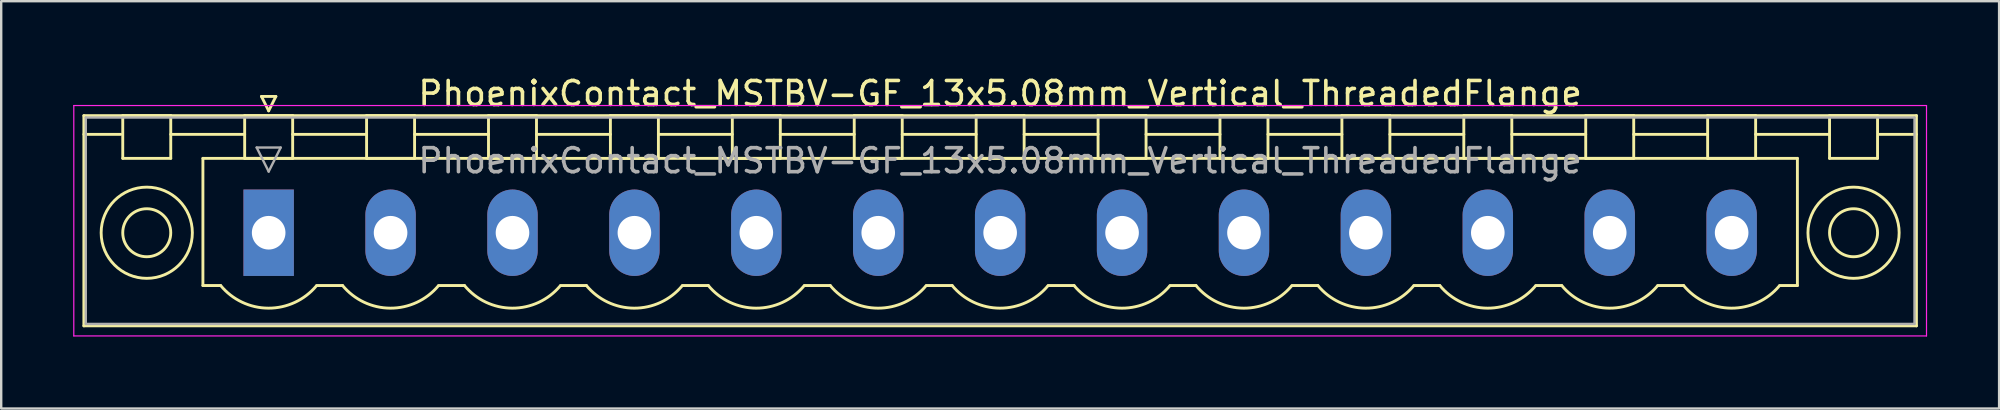
<source format=kicad_pcb>
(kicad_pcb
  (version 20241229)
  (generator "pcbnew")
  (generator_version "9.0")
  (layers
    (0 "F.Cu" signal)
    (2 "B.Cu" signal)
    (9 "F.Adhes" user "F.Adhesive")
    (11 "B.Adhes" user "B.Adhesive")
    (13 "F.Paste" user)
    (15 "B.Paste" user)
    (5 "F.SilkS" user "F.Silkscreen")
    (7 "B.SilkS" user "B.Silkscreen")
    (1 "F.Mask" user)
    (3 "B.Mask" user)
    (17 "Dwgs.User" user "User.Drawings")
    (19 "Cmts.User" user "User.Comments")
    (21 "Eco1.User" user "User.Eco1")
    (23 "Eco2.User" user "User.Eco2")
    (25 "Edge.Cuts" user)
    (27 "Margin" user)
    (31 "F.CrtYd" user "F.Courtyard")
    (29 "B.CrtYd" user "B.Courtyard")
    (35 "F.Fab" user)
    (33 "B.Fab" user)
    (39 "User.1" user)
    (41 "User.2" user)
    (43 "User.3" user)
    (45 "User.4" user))
  (footprint "PhoenixContact_MSTBV-GF_13x5.08mm_Vertical_ThreadedFlange"
    (layer "F.Cu")
    (at 8.145 6.648)
    (property "Reference" "PhoenixContact_MSTBV-GF_13x5.08mm_Vertical_ThreadedFlange" (at 30.48 -5.8 0) (layer "F.SilkS") (effects (font (size 1 1) (thickness 0.15))))
    (attr through_hole)
    (fp_line (start -7.7 -4.88) (end -7.7 3.88) (stroke (width 0.12) (type solid)) (layer "F.SilkS"))
    (fp_line (start -7.7 -4.1) (end -6.16 -4.1) (stroke (width 0.12) (type solid)) (layer "F.SilkS"))
    (fp_line (start -7.7 3.88) (end 68.66 3.88) (stroke (width 0.12) (type solid)) (layer "F.SilkS"))
    (fp_line (start -6.08 -4.88) (end -4.08 -4.88) (stroke (width 0.12) (type solid)) (layer "F.SilkS"))
    (fp_line (start -6.08 -3.1) (end -6.08 -4.88) (stroke (width 0.12) (type solid)) (layer "F.SilkS"))
    (fp_line (start -4.08 -4.88) (end -4.08 -3.1) (stroke (width 0.12) (type solid)) (layer "F.SilkS"))
    (fp_line (start -4.08 -4.1) (end -1 -4.1) (stroke (width 0.12) (type solid)) (layer "F.SilkS"))
    (fp_line (start -4.08 -3.1) (end -6.08 -3.1) (stroke (width 0.12) (type solid)) (layer "F.SilkS"))
    (fp_line (start -2.74 -3.1) (end 63.7 -3.1) (stroke (width 0.12) (type solid)) (layer "F.SilkS"))
    (fp_line (start -2.74 2.2) (end -2.74 -3.1) (stroke (width 0.12) (type solid)) (layer "F.SilkS"))
    (fp_line (start -2 2.2) (end -2.74 2.2) (stroke (width 0.12) (type solid)) (layer "F.SilkS"))
    (fp_line (start -1 -4.88) (end 1 -4.88) (stroke (width 0.12) (type solid)) (layer "F.SilkS"))
    (fp_line (start -1 -3.1) (end -1 -4.88) (stroke (width 0.12) (type solid)) (layer "F.SilkS"))
    (fp_line (start -0.3 -5.68) (end 0.3 -5.68) (stroke (width 0.12) (type solid)) (layer "F.SilkS"))
    (fp_line (start 0 -5.08) (end -0.3 -5.68) (stroke (width 0.12) (type solid)) (layer "F.SilkS"))
    (fp_line (start 0.3 -5.68) (end 0 -5.08) (stroke (width 0.12) (type solid)) (layer "F.SilkS"))
    (fp_line (start 1 -4.88) (end 1 -3.1) (stroke (width 0.12) (type solid)) (layer "F.SilkS"))
    (fp_line (start 1 -4.1) (end 4.08 -4.1) (stroke (width 0.12) (type solid)) (layer "F.SilkS"))
    (fp_line (start 1 -3.1) (end -1 -3.1) (stroke (width 0.12) (type solid)) (layer "F.SilkS"))
    (fp_line (start 2 2.2) (end 3.08 2.2) (stroke (width 0.12) (type solid)) (layer "F.SilkS"))
    (fp_line (start 4.08 -4.88) (end 6.08 -4.88) (stroke (width 0.12) (type solid)) (layer "F.SilkS"))
    (fp_line (start 4.08 -3.1) (end 4.08 -4.88) (stroke (width 0.12) (type solid)) (layer "F.SilkS"))
    (fp_line (start 6.08 -4.88) (end 6.08 -3.1) (stroke (width 0.12) (type solid)) (layer "F.SilkS"))
    (fp_line (start 6.08 -4.1) (end 9.16 -4.1) (stroke (width 0.12) (type solid)) (layer "F.SilkS"))
    (fp_line (start 6.08 -3.1) (end 4.08 -3.1) (stroke (width 0.12) (type solid)) (layer "F.SilkS"))
    (fp_line (start 7.08 2.2) (end 8.16 2.2) (stroke (width 0.12) (type solid)) (layer "F.SilkS"))
    (fp_line (start 9.16 -4.88) (end 11.16 -4.88) (stroke (width 0.12) (type solid)) (layer "F.SilkS"))
    (fp_line (start 9.16 -3.1) (end 9.16 -4.88) (stroke (width 0.12) (type solid)) (layer "F.SilkS"))
    (fp_line (start 11.16 -4.88) (end 11.16 -3.1) (stroke (width 0.12) (type solid)) (layer "F.SilkS"))
    (fp_line (start 11.16 -4.1) (end 14.24 -4.1) (stroke (width 0.12) (type solid)) (layer "F.SilkS"))
    (fp_line (start 11.16 -3.1) (end 9.16 -3.1) (stroke (width 0.12) (type solid)) (layer "F.SilkS"))
    (fp_line (start 12.16 2.2) (end 13.24 2.2) (stroke (width 0.12) (type solid)) (layer "F.SilkS"))
    (fp_line (start 14.24 -4.88) (end 16.24 -4.88) (stroke (width 0.12) (type solid)) (layer "F.SilkS"))
    (fp_line (start 14.24 -3.1) (end 14.24 -4.88) (stroke (width 0.12) (type solid)) (layer "F.SilkS"))
    (fp_line (start 16.24 -4.88) (end 16.24 -3.1) (stroke (width 0.12) (type solid)) (layer "F.SilkS"))
    (fp_line (start 16.24 -4.1) (end 19.32 -4.1) (stroke (width 0.12) (type solid)) (layer "F.SilkS"))
    (fp_line (start 16.24 -3.1) (end 14.24 -3.1) (stroke (width 0.12) (type solid)) (layer "F.SilkS"))
    (fp_line (start 17.24 2.2) (end 18.32 2.2) (stroke (width 0.12) (type solid)) (layer "F.SilkS"))
    (fp_line (start 19.32 -4.88) (end 21.32 -4.88) (stroke (width 0.12) (type solid)) (layer "F.SilkS"))
    (fp_line (start 19.32 -3.1) (end 19.32 -4.88) (stroke (width 0.12) (type solid)) (layer "F.SilkS"))
    (fp_line (start 21.32 -4.88) (end 21.32 -3.1) (stroke (width 0.12) (type solid)) (layer "F.SilkS"))
    (fp_line (start 21.32 -4.1) (end 24.4 -4.1) (stroke (width 0.12) (type solid)) (layer "F.SilkS"))
    (fp_line (start 21.32 -3.1) (end 19.32 -3.1) (stroke (width 0.12) (type solid)) (layer "F.SilkS"))
    (fp_line (start 22.32 2.2) (end 23.4 2.2) (stroke (width 0.12) (type solid)) (layer "F.SilkS"))
    (fp_line (start 24.4 -4.88) (end 26.4 -4.88) (stroke (width 0.12) (type solid)) (layer "F.SilkS"))
    (fp_line (start 24.4 -3.1) (end 24.4 -4.88) (stroke (width 0.12) (type solid)) (layer "F.SilkS"))
    (fp_line (start 26.4 -4.88) (end 26.4 -3.1) (stroke (width 0.12) (type solid)) (layer "F.SilkS"))
    (fp_line (start 26.4 -4.1) (end 29.48 -4.1) (stroke (width 0.12) (type solid)) (layer "F.SilkS"))
    (fp_line (start 26.4 -3.1) (end 24.4 -3.1) (stroke (width 0.12) (type solid)) (layer "F.SilkS"))
    (fp_line (start 27.4 2.2) (end 28.48 2.2) (stroke (width 0.12) (type solid)) (layer "F.SilkS"))
    (fp_line (start 29.48 -4.88) (end 31.48 -4.88) (stroke (width 0.12) (type solid)) (layer "F.SilkS"))
    (fp_line (start 29.48 -3.1) (end 29.48 -4.88) (stroke (width 0.12) (type solid)) (layer "F.SilkS"))
    (fp_line (start 31.48 -4.88) (end 31.48 -3.1) (stroke (width 0.12) (type solid)) (layer "F.SilkS"))
    (fp_line (start 31.48 -4.1) (end 34.56 -4.1) (stroke (width 0.12) (type solid)) (layer "F.SilkS"))
    (fp_line (start 31.48 -3.1) (end 29.48 -3.1) (stroke (width 0.12) (type solid)) (layer "F.SilkS"))
    (fp_line (start 32.48 2.2) (end 33.56 2.2) (stroke (width 0.12) (type solid)) (layer "F.SilkS"))
    (fp_line (start 34.56 -4.88) (end 36.56 -4.88) (stroke (width 0.12) (type solid)) (layer "F.SilkS"))
    (fp_line (start 34.56 -3.1) (end 34.56 -4.88) (stroke (width 0.12) (type solid)) (layer "F.SilkS"))
    (fp_line (start 36.56 -4.88) (end 36.56 -3.1) (stroke (width 0.12) (type solid)) (layer "F.SilkS"))
    (fp_line (start 36.56 -4.1) (end 39.64 -4.1) (stroke (width 0.12) (type solid)) (layer "F.SilkS"))
    (fp_line (start 36.56 -3.1) (end 34.56 -3.1) (stroke (width 0.12) (type solid)) (layer "F.SilkS"))
    (fp_line (start 37.56 2.2) (end 38.64 2.2) (stroke (width 0.12) (type solid)) (layer "F.SilkS"))
    (fp_line (start 39.64 -4.88) (end 41.64 -4.88) (stroke (width 0.12) (type solid)) (layer "F.SilkS"))
    (fp_line (start 39.64 -3.1) (end 39.64 -4.88) (stroke (width 0.12) (type solid)) (layer "F.SilkS"))
    (fp_line (start 41.64 -4.88) (end 41.64 -3.1) (stroke (width 0.12) (type solid)) (layer "F.SilkS"))
    (fp_line (start 41.64 -4.1) (end 44.72 -4.1) (stroke (width 0.12) (type solid)) (layer "F.SilkS"))
    (fp_line (start 41.64 -3.1) (end 39.64 -3.1) (stroke (width 0.12) (type solid)) (layer "F.SilkS"))
    (fp_line (start 42.64 2.2) (end 43.72 2.2) (stroke (width 0.12) (type solid)) (layer "F.SilkS"))
    (fp_line (start 44.72 -4.88) (end 46.72 -4.88) (stroke (width 0.12) (type solid)) (layer "F.SilkS"))
    (fp_line (start 44.72 -3.1) (end 44.72 -4.88) (stroke (width 0.12) (type solid)) (layer "F.SilkS"))
    (fp_line (start 46.72 -4.88) (end 46.72 -3.1) (stroke (width 0.12) (type solid)) (layer "F.SilkS"))
    (fp_line (start 46.72 -4.1) (end 49.8 -4.1) (stroke (width 0.12) (type solid)) (layer "F.SilkS"))
    (fp_line (start 46.72 -3.1) (end 44.72 -3.1) (stroke (width 0.12) (type solid)) (layer "F.SilkS"))
    (fp_line (start 47.72 2.2) (end 48.8 2.2) (stroke (width 0.12) (type solid)) (layer "F.SilkS"))
    (fp_line (start 49.8 -4.88) (end 51.8 -4.88) (stroke (width 0.12) (type solid)) (layer "F.SilkS"))
    (fp_line (start 49.8 -3.1) (end 49.8 -4.88) (stroke (width 0.12) (type solid)) (layer "F.SilkS"))
    (fp_line (start 51.8 -4.88) (end 51.8 -3.1) (stroke (width 0.12) (type solid)) (layer "F.SilkS"))
    (fp_line (start 51.8 -4.1) (end 54.88 -4.1) (stroke (width 0.12) (type solid)) (layer "F.SilkS"))
    (fp_line (start 51.8 -3.1) (end 49.8 -3.1) (stroke (width 0.12) (type solid)) (layer "F.SilkS"))
    (fp_line (start 52.8 2.2) (end 53.88 2.2) (stroke (width 0.12) (type solid)) (layer "F.SilkS"))
    (fp_line (start 54.88 -4.88) (end 56.88 -4.88) (stroke (width 0.12) (type solid)) (layer "F.SilkS"))
    (fp_line (start 54.88 -3.1) (end 54.88 -4.88) (stroke (width 0.12) (type solid)) (layer "F.SilkS"))
    (fp_line (start 56.88 -4.88) (end 56.88 -3.1) (stroke (width 0.12) (type solid)) (layer "F.SilkS"))
    (fp_line (start 56.88 -4.1) (end 59.96 -4.1) (stroke (width 0.12) (type solid)) (layer "F.SilkS"))
    (fp_line (start 56.88 -3.1) (end 54.88 -3.1) (stroke (width 0.12) (type solid)) (layer "F.SilkS"))
    (fp_line (start 57.88 2.2) (end 58.96 2.2) (stroke (width 0.12) (type solid)) (layer "F.SilkS"))
    (fp_line (start 59.96 -4.88) (end 61.96 -4.88) (stroke (width 0.12) (type solid)) (layer "F.SilkS"))
    (fp_line (start 59.96 -3.1) (end 59.96 -4.88) (stroke (width 0.12) (type solid)) (layer "F.SilkS"))
    (fp_line (start 61.96 -4.88) (end 61.96 -3.1) (stroke (width 0.12) (type solid)) (layer "F.SilkS"))
    (fp_line (start 61.96 -4.1) (end 65.04 -4.1) (stroke (width 0.12) (type solid)) (layer "F.SilkS"))
    (fp_line (start 61.96 -3.1) (end 59.96 -3.1) (stroke (width 0.12) (type solid)) (layer "F.SilkS"))
    (fp_line (start 63.7 -3.1) (end 63.7 2.2) (stroke (width 0.12) (type solid)) (layer "F.SilkS"))
    (fp_line (start 63.7 2.2) (end 62.96 2.2) (stroke (width 0.12) (type solid)) (layer "F.SilkS"))
    (fp_line (start 65.04 -4.88) (end 67.04 -4.88) (stroke (width 0.12) (type solid)) (layer "F.SilkS"))
    (fp_line (start 65.04 -3.1) (end 65.04 -4.88) (stroke (width 0.12) (type solid)) (layer "F.SilkS"))
    (fp_line (start 67.04 -4.88) (end 67.04 -3.1) (stroke (width 0.12) (type solid)) (layer "F.SilkS"))
    (fp_line (start 67.04 -3.1) (end 65.04 -3.1) (stroke (width 0.12) (type solid)) (layer "F.SilkS"))
    (fp_line (start 68.66 -4.88) (end -7.7 -4.88) (stroke (width 0.12) (type solid)) (layer "F.SilkS"))
    (fp_line (start 68.66 -4.1) (end 67.12 -4.1) (stroke (width 0.12) (type solid)) (layer "F.SilkS"))
    (fp_line (start 68.66 3.88) (end 68.66 -4.88) (stroke (width 0.12) (type solid)) (layer "F.SilkS"))
    (fp_arc (start 1.986842 2.215821) (mid -0.010289 3.142758) (end -2 2.2) (stroke (width 0.12) (type solid)) (layer "F.SilkS"))
    (fp_arc (start 7.066842 2.215821) (mid 5.069711 3.142758) (end 3.08 2.2) (stroke (width 0.12) (type solid)) (layer "F.SilkS"))
    (fp_arc (start 12.146842 2.215821) (mid 10.149711 3.142758) (end 8.16 2.2) (stroke (width 0.12) (type solid)) (layer "F.SilkS"))
    (fp_arc (start 17.226842 2.215821) (mid 15.229711 3.142758) (end 13.24 2.2) (stroke (width 0.12) (type solid)) (layer "F.SilkS"))
    (fp_arc (start 22.306842 2.215821) (mid 20.309711 3.142758) (end 18.32 2.2) (stroke (width 0.12) (type solid)) (layer "F.SilkS"))
    (fp_arc (start 27.386842 2.215821) (mid 25.389711 3.142758) (end 23.4 2.2) (stroke (width 0.12) (type solid)) (layer "F.SilkS"))
    (fp_arc (start 32.466842 2.215821) (mid 30.469711 3.142758) (end 28.48 2.2) (stroke (width 0.12) (type solid)) (layer "F.SilkS"))
    (fp_arc (start 37.546842 2.215821) (mid 35.549711 3.142758) (end 33.56 2.2) (stroke (width 0.12) (type solid)) (layer "F.SilkS"))
    (fp_arc (start 42.626842 2.215821) (mid 40.629711 3.142758) (end 38.64 2.2) (stroke (width 0.12) (type solid)) (layer "F.SilkS"))
    (fp_arc (start 47.706842 2.215821) (mid 45.709711 3.142758) (end 43.72 2.2) (stroke (width 0.12) (type solid)) (layer "F.SilkS"))
    (fp_arc (start 52.786842 2.215821) (mid 50.789711 3.142758) (end 48.8 2.2) (stroke (width 0.12) (type solid)) (layer "F.SilkS"))
    (fp_arc (start 57.866842 2.215821) (mid 55.869711 3.142758) (end 53.88 2.2) (stroke (width 0.12) (type solid)) (layer "F.SilkS"))
    (fp_arc (start 62.946842 2.215821) (mid 60.949711 3.142758) (end 58.96 2.2) (stroke (width 0.12) (type solid)) (layer "F.SilkS"))
    (fp_circle (center -5.08 0) (end -4.08 0) (stroke (width 0.12) (type solid)) (fill no) (layer "F.SilkS"))
    (fp_circle (center -5.08 0) (end -3.18 0) (stroke (width 0.12) (type solid)) (fill no) (layer "F.SilkS"))
    (fp_circle (center 66.04 0) (end 67.04 0) (stroke (width 0.12) (type solid)) (fill no) (layer "F.SilkS"))
    (fp_circle (center 66.04 0) (end 67.94 0) (stroke (width 0.12) (type solid)) (fill no) (layer "F.SilkS"))
    (fp_line (start -8.12 -5.3) (end -8.12 4.3) (stroke (width 0.05) (type solid)) (layer "F.CrtYd"))
    (fp_line (start -8.12 4.3) (end 69.08 4.3) (stroke (width 0.05) (type solid)) (layer "F.CrtYd"))
    (fp_line (start 69.08 -5.3) (end -8.12 -5.3) (stroke (width 0.05) (type solid)) (layer "F.CrtYd"))
    (fp_line (start 69.08 4.3) (end 69.08 -5.3) (stroke (width 0.05) (type solid)) (layer "F.CrtYd"))
    (fp_line (start -7.62 -4.8) (end -7.62 3.8) (stroke (width 0.1) (type solid)) (layer "F.Fab"))
    (fp_line (start -7.62 3.8) (end 68.58 3.8) (stroke (width 0.1) (type solid)) (layer "F.Fab"))
    (fp_line (start -0.5 -3.55) (end 0.5 -3.55) (stroke (width 0.1) (type solid)) (layer "F.Fab"))
    (fp_line (start 0 -2.55) (end -0.5 -3.55) (stroke (width 0.1) (type solid)) (layer "F.Fab"))
    (fp_line (start 0.5 -3.55) (end 0 -2.55) (stroke (width 0.1) (type solid)) (layer "F.Fab"))
    (fp_line (start 68.58 -4.8) (end -7.62 -4.8) (stroke (width 0.1) (type solid)) (layer "F.Fab"))
    (fp_line (start 68.58 3.8) (end 68.58 -4.8) (stroke (width 0.1) (type solid)) (layer "F.Fab"))
    (fp_text user "${REFERENCE}" (at 30.48 -3 0) (layer "F.Fab") (effects (font (size 1 1) (thickness 0.15))))
    (pad "1" thru_hole rect (at 0 0) (size 2.1 3.6) (drill 1.4) (layers "*.Cu" "*.Mask"))
    (pad "2" thru_hole oval (at 5.08 0) (size 2.1 3.6) (drill 1.4) (layers "*.Cu" "*.Mask"))
    (pad "3" thru_hole oval (at 10.16 0) (size 2.1 3.6) (drill 1.4) (layers "*.Cu" "*.Mask"))
    (pad "4" thru_hole oval (at 15.24 0) (size 2.1 3.6) (drill 1.4) (layers "*.Cu" "*.Mask"))
    (pad "5" thru_hole oval (at 20.32 0) (size 2.1 3.6) (drill 1.4) (layers "*.Cu" "*.Mask"))
    (pad "6" thru_hole oval (at 25.4 0) (size 2.1 3.6) (drill 1.4) (layers "*.Cu" "*.Mask"))
    (pad "7" thru_hole oval (at 30.48 0) (size 2.1 3.6) (drill 1.4) (layers "*.Cu" "*.Mask"))
    (pad "8" thru_hole oval (at 35.56 0) (size 2.1 3.6) (drill 1.4) (layers "*.Cu" "*.Mask"))
    (pad "9" thru_hole oval (at 40.64 0) (size 2.1 3.6) (drill 1.4) (layers "*.Cu" "*.Mask"))
    (pad "10" thru_hole oval (at 45.72 0) (size 2.1 3.6) (drill 1.4) (layers "*.Cu" "*.Mask"))
    (pad "11" thru_hole oval (at 50.8 0) (size 2.1 3.6) (drill 1.4) (layers "*.Cu" "*.Mask"))
    (pad "12" thru_hole oval (at 55.88 0) (size 2.1 3.6) (drill 1.4) (layers "*.Cu" "*.Mask"))
    (pad "13" thru_hole oval (at 60.96 0) (size 2.1 3.6) (drill 1.4) (layers "*.Cu" "*.Mask")))
  (gr_rect
    (start -3 -3)
    (end 80.25 13.973)
    (stroke (width 0.1) (type default))
    (fill no)
    (layer "Edge.Cuts")))
</source>
